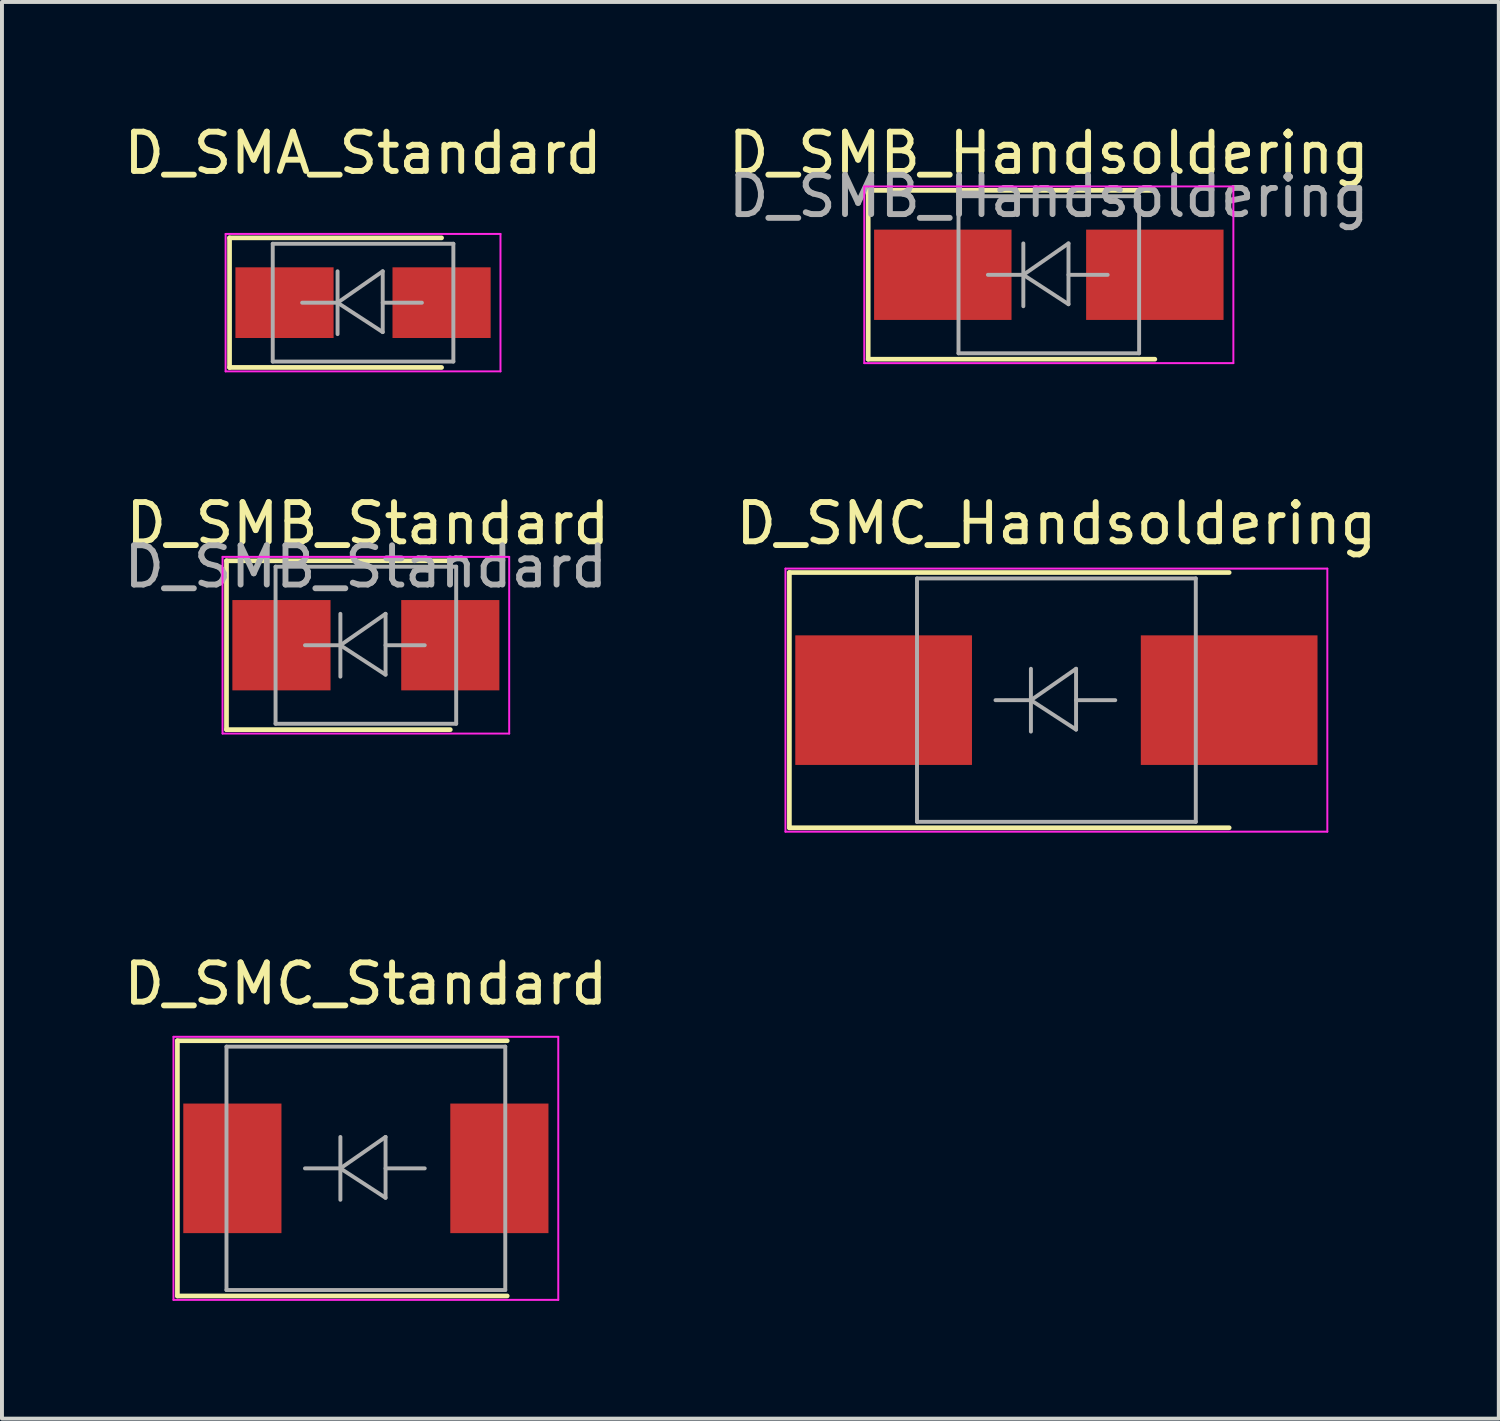
<source format=kicad_pcb>
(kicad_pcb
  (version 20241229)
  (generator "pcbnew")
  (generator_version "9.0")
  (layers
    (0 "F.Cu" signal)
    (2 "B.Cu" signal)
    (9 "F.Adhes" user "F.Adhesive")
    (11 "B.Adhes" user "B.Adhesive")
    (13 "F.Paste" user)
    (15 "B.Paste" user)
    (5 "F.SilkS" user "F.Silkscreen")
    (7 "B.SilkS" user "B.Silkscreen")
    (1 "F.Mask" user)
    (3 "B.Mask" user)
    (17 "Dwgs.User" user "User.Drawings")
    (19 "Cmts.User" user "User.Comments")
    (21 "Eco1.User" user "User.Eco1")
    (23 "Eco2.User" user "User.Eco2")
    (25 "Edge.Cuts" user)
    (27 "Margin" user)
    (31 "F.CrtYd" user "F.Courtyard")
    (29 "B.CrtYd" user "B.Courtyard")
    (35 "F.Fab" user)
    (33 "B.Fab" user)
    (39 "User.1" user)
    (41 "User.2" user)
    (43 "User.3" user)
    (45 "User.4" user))
  (footprint "D_SMC_Standard"
    (layer "F.Cu")
    (at 6.268 26.705)
    (property "Reference" "D_SMC_Standard" (at 0 -4.7 0) (layer "F.SilkS") (effects (font (size 1 1) (thickness 0.15))))
    (attr smd)
    (fp_line (start -4.8 -3.25) (end 3.6 -3.25) (stroke (width 0.12) (type solid)) (layer "F.SilkS"))
    (fp_line (start -4.8 3.25) (end -4.8 -3.25) (stroke (width 0.12) (type solid)) (layer "F.SilkS"))
    (fp_line (start -4.8 3.25) (end 3.6 3.25) (stroke (width 0.12) (type solid)) (layer "F.SilkS"))
    (fp_line (start -4.9 -3.35) (end 4.9 -3.35) (stroke (width 0.05) (type solid)) (layer "F.CrtYd"))
    (fp_line (start -4.9 3.35) (end -4.9 -3.35) (stroke (width 0.05) (type solid)) (layer "F.CrtYd"))
    (fp_line (start 4.9 -3.35) (end 4.9 3.35) (stroke (width 0.05) (type solid)) (layer "F.CrtYd"))
    (fp_line (start 4.9 3.35) (end -4.9 3.35) (stroke (width 0.05) (type solid)) (layer "F.CrtYd"))
    (fp_line (start -3.55 3.1) (end -3.55 -3.1) (stroke (width 0.1) (type solid)) (layer "F.Fab"))
    (fp_line (start -0.649 -0.799) (end -0.649 0.801) (stroke (width 0.1) (type solid)) (layer "F.Fab"))
    (fp_line (start -0.649 0.001) (end -1.551 0.001) (stroke (width 0.1) (type solid)) (layer "F.Fab"))
    (fp_line (start -0.649 0.001) (end 0.501 -0.799) (stroke (width 0.1) (type solid)) (layer "F.Fab"))
    (fp_line (start -0.649 0.001) (end 0.501 0.75) (stroke (width 0.1) (type solid)) (layer "F.Fab"))
    (fp_line (start 0.501 0.001) (end 1.499 0.001) (stroke (width 0.1) (type solid)) (layer "F.Fab"))
    (fp_line (start 0.501 0.75) (end 0.501 -0.799) (stroke (width 0.1) (type solid)) (layer "F.Fab"))
    (fp_line (start 3.55 -3.1) (end -3.55 -3.1) (stroke (width 0.1) (type solid)) (layer "F.Fab"))
    (fp_line (start 3.55 -3.1) (end 3.55 3.1) (stroke (width 0.1) (type solid)) (layer "F.Fab"))
    (fp_line (start 3.55 3.1) (end -3.55 3.1) (stroke (width 0.1) (type solid)) (layer "F.Fab"))
    (pad "1" smd rect (at -3.4 0 90) (size 3.3 2.5) (layers "F.Cu" "F.Mask" "F.Paste"))
    (pad "2" smd rect (at 3.4 0 90) (size 3.3 2.5) (layers "F.Cu" "F.Mask" "F.Paste")))
  (footprint "D_SMA_Standard"
    (layer "F.Cu")
    (at 6.196 4.658)
    (property "Reference" "D_SMA_Standard" (at 0 -3.81 0) (layer "F.SilkS") (effects (font (size 1 1) (thickness 0.15))))
    (attr smd)
    (fp_line (start -3.4 -1.65) (end -3.4 1.65) (stroke (width 0.12) (type solid)) (layer "F.SilkS"))
    (fp_line (start -3.4 -1.65) (end 2 -1.65) (stroke (width 0.12) (type solid)) (layer "F.SilkS"))
    (fp_line (start -3.4 1.65) (end 2 1.65) (stroke (width 0.12) (type solid)) (layer "F.SilkS"))
    (fp_line (start -3.5 -1.75) (end 3.5 -1.75) (stroke (width 0.05) (type solid)) (layer "F.CrtYd"))
    (fp_line (start -3.5 1.75) (end -3.5 -1.75) (stroke (width 0.05) (type solid)) (layer "F.CrtYd"))
    (fp_line (start 3.5 -1.75) (end 3.5 1.75) (stroke (width 0.05) (type solid)) (layer "F.CrtYd"))
    (fp_line (start 3.5 1.75) (end -3.5 1.75) (stroke (width 0.05) (type solid)) (layer "F.CrtYd"))
    (fp_line (start -2.3 1.5) (end -2.3 -1.5) (stroke (width 0.1) (type solid)) (layer "F.Fab"))
    (fp_line (start -0.649 -0.799) (end -0.649 0.801) (stroke (width 0.1) (type solid)) (layer "F.Fab"))
    (fp_line (start -0.649 0.001) (end -1.551 0.001) (stroke (width 0.1) (type solid)) (layer "F.Fab"))
    (fp_line (start -0.649 0.001) (end 0.501 -0.799) (stroke (width 0.1) (type solid)) (layer "F.Fab"))
    (fp_line (start -0.649 0.001) (end 0.501 0.75) (stroke (width 0.1) (type solid)) (layer "F.Fab"))
    (fp_line (start 0.501 0.001) (end 1.499 0.001) (stroke (width 0.1) (type solid)) (layer "F.Fab"))
    (fp_line (start 0.501 0.75) (end 0.501 -0.799) (stroke (width 0.1) (type solid)) (layer "F.Fab"))
    (fp_line (start 2.3 -1.5) (end -2.3 -1.5) (stroke (width 0.1) (type solid)) (layer "F.Fab"))
    (fp_line (start 2.3 -1.5) (end 2.3 1.5) (stroke (width 0.1) (type solid)) (layer "F.Fab"))
    (fp_line (start 2.3 1.5) (end -2.3 1.5) (stroke (width 0.1) (type solid)) (layer "F.Fab"))
    (pad "1" smd rect (at -2 0) (size 2.5 1.8) (layers "F.Cu" "F.Mask" "F.Paste"))
    (pad "2" smd rect (at 2 0) (size 2.5 1.8) (layers "F.Cu" "F.Mask" "F.Paste")))
  (footprint "D_SMB_Standard"
    (layer "F.Cu")
    (at 6.268 13.382)
    (property "Reference" "D_SMB_Standard" (at 0.05 -3.1 0) (layer "F.SilkS") (effects (font (size 1 1) (thickness 0.15))))
    (attr smd)
    (fp_line (start -3.55 -2.15) (end -3.55 2.15) (stroke (width 0.12) (type solid)) (layer "F.SilkS"))
    (fp_line (start -3.55 -2.15) (end 2.15 -2.15) (stroke (width 0.12) (type solid)) (layer "F.SilkS"))
    (fp_line (start -3.55 2.15) (end 2.15 2.15) (stroke (width 0.12) (type solid)) (layer "F.SilkS"))
    (fp_line (start -3.65 -2.25) (end 3.65 -2.25) (stroke (width 0.05) (type solid)) (layer "F.CrtYd"))
    (fp_line (start -3.65 2.25) (end -3.65 -2.25) (stroke (width 0.05) (type solid)) (layer "F.CrtYd"))
    (fp_line (start 3.65 -2.25) (end 3.65 2.25) (stroke (width 0.05) (type solid)) (layer "F.CrtYd"))
    (fp_line (start 3.65 2.25) (end -3.65 2.25) (stroke (width 0.05) (type solid)) (layer "F.CrtYd"))
    (fp_line (start -2.3 2) (end -2.3 -2) (stroke (width 0.1) (type solid)) (layer "F.Fab"))
    (fp_line (start -0.649 -0.799) (end -0.649 0.801) (stroke (width 0.1) (type solid)) (layer "F.Fab"))
    (fp_line (start -0.649 0.001) (end -1.551 0.001) (stroke (width 0.1) (type solid)) (layer "F.Fab"))
    (fp_line (start -0.649 0.001) (end 0.501 -0.799) (stroke (width 0.1) (type solid)) (layer "F.Fab"))
    (fp_line (start -0.649 0.001) (end 0.501 0.75) (stroke (width 0.1) (type solid)) (layer "F.Fab"))
    (fp_line (start 0.501 0.001) (end 1.499 0.001) (stroke (width 0.1) (type solid)) (layer "F.Fab"))
    (fp_line (start 0.501 0.75) (end 0.501 -0.799) (stroke (width 0.1) (type solid)) (layer "F.Fab"))
    (fp_line (start 2.3 -2) (end -2.3 -2) (stroke (width 0.1) (type solid)) (layer "F.Fab"))
    (fp_line (start 2.3 -2) (end 2.3 2) (stroke (width 0.1) (type solid)) (layer "F.Fab"))
    (fp_line (start 2.3 2) (end -2.3 2) (stroke (width 0.1) (type solid)) (layer "F.Fab"))
    (fp_text user "${REFERENCE}" (at 0 -2 0) (layer "F.Fab") (effects (font (size 1 1) (thickness 0.15))))
    (pad "1" smd rect (at -2.15 0) (size 2.5 2.3) (layers "F.Cu" "F.Mask" "F.Paste"))
    (pad "2" smd rect (at 2.15 0) (size 2.5 2.3) (layers "F.Cu" "F.Mask" "F.Paste")))
  (footprint "D_SMB_Handsoldering"
    (layer "F.Cu")
    (at 23.661 3.948)
    (property "Reference" "D_SMB_Handsoldering" (at 0 -3.1 0) (layer "F.SilkS") (effects (font (size 1 1) (thickness 0.15))))
    (attr smd)
    (fp_line (start -4.6 -2.15) (end -4.6 2.15) (stroke (width 0.12) (type solid)) (layer "F.SilkS"))
    (fp_line (start -4.6 -2.15) (end 2.7 -2.15) (stroke (width 0.12) (type solid)) (layer "F.SilkS"))
    (fp_line (start -4.6 2.15) (end 2.7 2.15) (stroke (width 0.12) (type solid)) (layer "F.SilkS"))
    (fp_line (start -4.7 -2.25) (end 4.7 -2.25) (stroke (width 0.05) (type solid)) (layer "F.CrtYd"))
    (fp_line (start -4.7 2.25) (end -4.7 -2.25) (stroke (width 0.05) (type solid)) (layer "F.CrtYd"))
    (fp_line (start 4.7 -2.25) (end 4.7 2.25) (stroke (width 0.05) (type solid)) (layer "F.CrtYd"))
    (fp_line (start 4.7 2.25) (end -4.7 2.25) (stroke (width 0.05) (type solid)) (layer "F.CrtYd"))
    (fp_line (start -2.3 2) (end -2.3 -2) (stroke (width 0.1) (type solid)) (layer "F.Fab"))
    (fp_line (start -0.649 -0.799) (end -0.649 0.801) (stroke (width 0.1) (type solid)) (layer "F.Fab"))
    (fp_line (start -0.649 0.001) (end -1.551 0.001) (stroke (width 0.1) (type solid)) (layer "F.Fab"))
    (fp_line (start -0.649 0.001) (end 0.501 -0.799) (stroke (width 0.1) (type solid)) (layer "F.Fab"))
    (fp_line (start -0.649 0.001) (end 0.501 0.75) (stroke (width 0.1) (type solid)) (layer "F.Fab"))
    (fp_line (start 0.501 0.001) (end 1.499 0.001) (stroke (width 0.1) (type solid)) (layer "F.Fab"))
    (fp_line (start 0.501 0.75) (end 0.501 -0.799) (stroke (width 0.1) (type solid)) (layer "F.Fab"))
    (fp_line (start 2.3 -2) (end -2.3 -2) (stroke (width 0.1) (type solid)) (layer "F.Fab"))
    (fp_line (start 2.3 -2) (end 2.3 2) (stroke (width 0.1) (type solid)) (layer "F.Fab"))
    (fp_line (start 2.3 2) (end -2.3 2) (stroke (width 0.1) (type solid)) (layer "F.Fab"))
    (fp_text user "${REFERENCE}" (at 0 -2 0) (layer "F.Fab") (effects (font (size 1 1) (thickness 0.15))))
    (pad "1" smd rect (at -2.7 0) (size 3.5 2.3) (layers "F.Cu" "F.Mask" "F.Paste"))
    (pad "2" smd rect (at 2.7 0) (size 3.5 2.3) (layers "F.Cu" "F.Mask" "F.Paste")))
  (footprint "D_SMC_Handsoldering"
    (layer "F.Cu")
    (at 23.854 14.781)
    (property "Reference" "D_SMC_Handsoldering" (at 0 -4.5 0) (layer "F.SilkS") (effects (font (size 1 1) (thickness 0.15))))
    (attr smd)
    (fp_line (start -6.8 -3.25) (end 4.4 -3.25) (stroke (width 0.12) (type solid)) (layer "F.SilkS"))
    (fp_line (start -6.8 3.25) (end -6.8 -3.25) (stroke (width 0.12) (type solid)) (layer "F.SilkS"))
    (fp_line (start -6.8 3.25) (end 4.4 3.25) (stroke (width 0.12) (type solid)) (layer "F.SilkS"))
    (fp_line (start -6.9 -3.35) (end 6.9 -3.35) (stroke (width 0.05) (type solid)) (layer "F.CrtYd"))
    (fp_line (start -6.9 3.35) (end -6.9 -3.35) (stroke (width 0.05) (type solid)) (layer "F.CrtYd"))
    (fp_line (start 6.9 -3.35) (end 6.9 3.35) (stroke (width 0.05) (type solid)) (layer "F.CrtYd"))
    (fp_line (start 6.9 3.35) (end -6.9 3.35) (stroke (width 0.05) (type solid)) (layer "F.CrtYd"))
    (fp_line (start -3.55 3.1) (end -3.55 -3.1) (stroke (width 0.1) (type solid)) (layer "F.Fab"))
    (fp_line (start -0.649 -0.799) (end -0.649 0.801) (stroke (width 0.1) (type solid)) (layer "F.Fab"))
    (fp_line (start -0.649 0.001) (end -1.551 0.001) (stroke (width 0.1) (type solid)) (layer "F.Fab"))
    (fp_line (start -0.649 0.001) (end 0.501 -0.799) (stroke (width 0.1) (type solid)) (layer "F.Fab"))
    (fp_line (start -0.649 0.001) (end 0.501 0.75) (stroke (width 0.1) (type solid)) (layer "F.Fab"))
    (fp_line (start 0.501 0.001) (end 1.499 0.001) (stroke (width 0.1) (type solid)) (layer "F.Fab"))
    (fp_line (start 0.501 0.75) (end 0.501 -0.799) (stroke (width 0.1) (type solid)) (layer "F.Fab"))
    (fp_line (start 3.55 -3.1) (end -3.55 -3.1) (stroke (width 0.1) (type solid)) (layer "F.Fab"))
    (fp_line (start 3.55 -3.1) (end 3.55 3.1) (stroke (width 0.1) (type solid)) (layer "F.Fab"))
    (fp_line (start 3.55 3.1) (end -3.55 3.1) (stroke (width 0.1) (type solid)) (layer "F.Fab"))
    (pad "1" smd rect (at -4.4 0 90) (size 3.3 4.5) (layers "F.Cu" "F.Mask" "F.Paste"))
    (pad "2" smd rect (at 4.4 0 90) (size 3.3 4.5) (layers "F.Cu" "F.Mask" "F.Paste")))
  (gr_rect
    (start -3 -3)
    (end 35.121 33.08)
    (stroke (width 0.1) (type default))
    (fill no)
    (layer "Edge.Cuts")))
</source>
